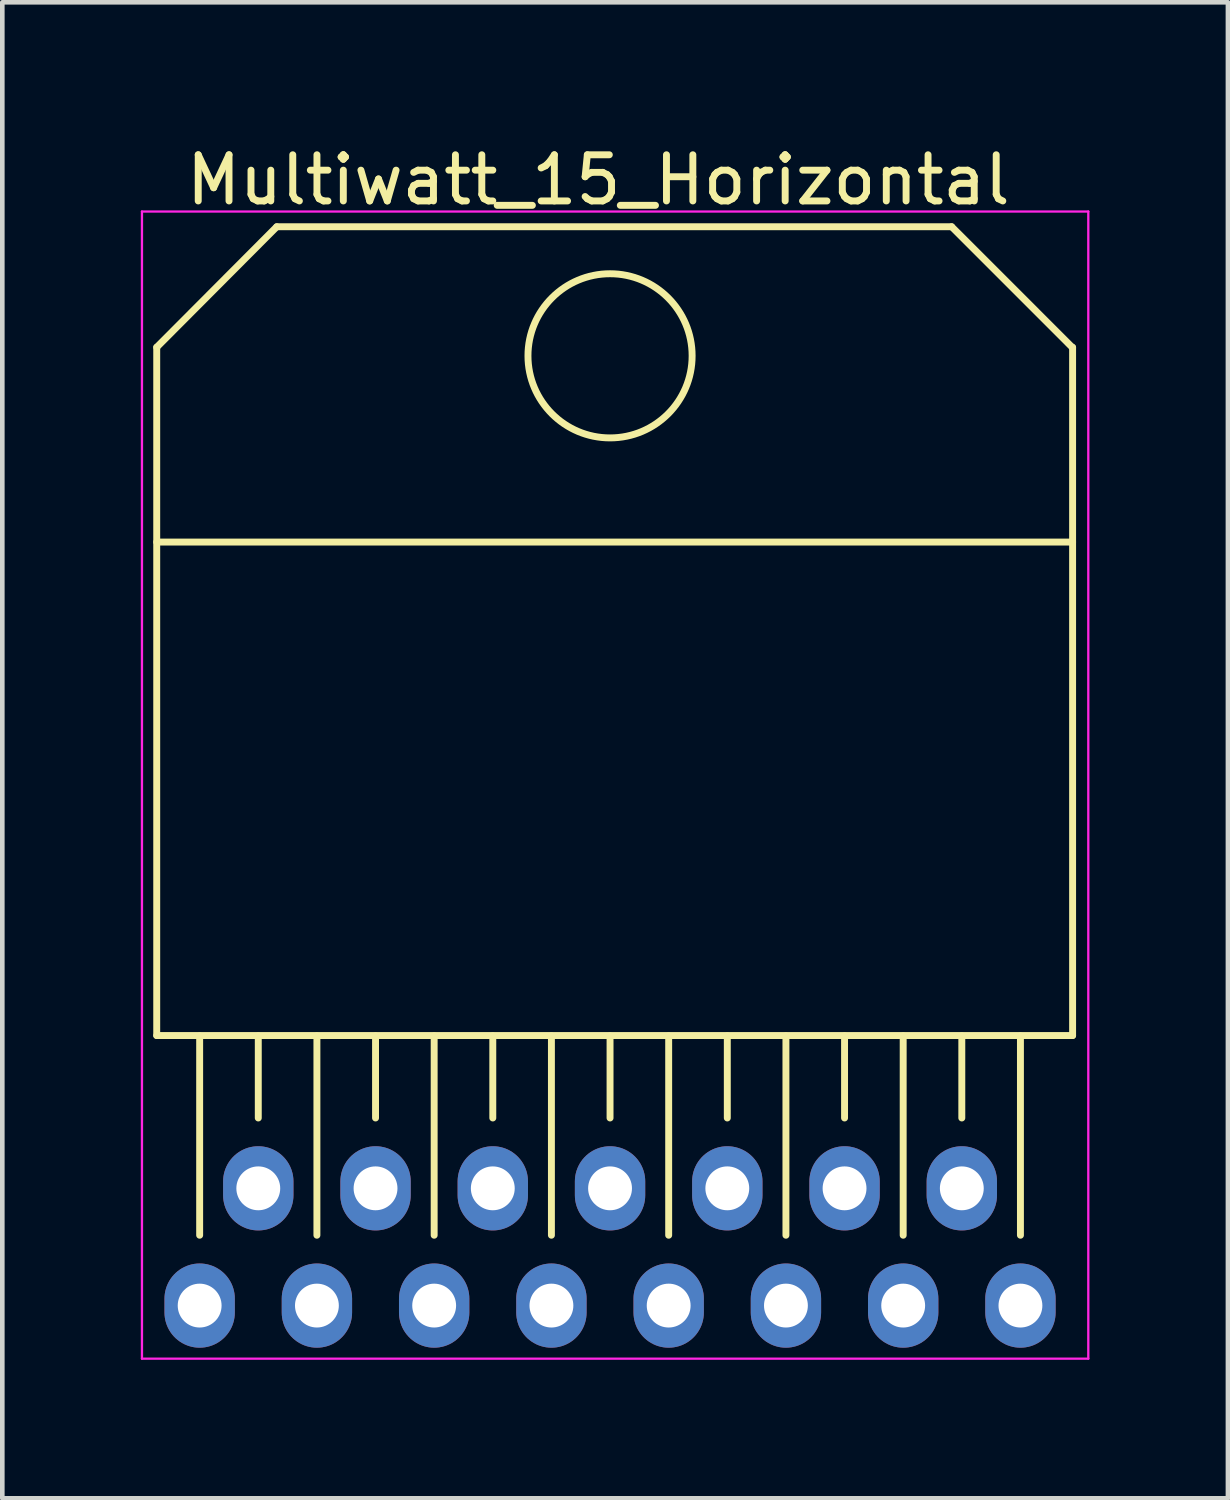
<source format=kicad_pcb>
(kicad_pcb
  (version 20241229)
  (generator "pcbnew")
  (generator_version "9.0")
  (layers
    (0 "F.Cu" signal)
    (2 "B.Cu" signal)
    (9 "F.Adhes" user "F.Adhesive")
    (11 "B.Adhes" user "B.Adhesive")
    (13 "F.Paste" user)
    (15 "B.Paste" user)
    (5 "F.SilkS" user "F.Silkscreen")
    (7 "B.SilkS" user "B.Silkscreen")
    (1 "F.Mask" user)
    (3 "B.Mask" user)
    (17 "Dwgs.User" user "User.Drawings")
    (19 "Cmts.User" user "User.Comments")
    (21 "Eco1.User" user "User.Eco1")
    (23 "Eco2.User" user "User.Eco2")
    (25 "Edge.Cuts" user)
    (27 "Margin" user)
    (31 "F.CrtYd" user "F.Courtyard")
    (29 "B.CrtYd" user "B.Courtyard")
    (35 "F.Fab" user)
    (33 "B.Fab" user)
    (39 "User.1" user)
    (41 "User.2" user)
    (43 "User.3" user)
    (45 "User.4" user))
  (footprint "Multiwatt_15_Horizontal"
    (layer "F.Cu")
    (at 1.275 25.232)
    (property "Reference" "Multiwatt_15_Horizontal" (at 8.636 -24.384 0) (layer "F.SilkS") (effects (font (size 1 1) (thickness 0.15))))
    (attr through_hole)
    (fp_line (start -0.93 -16.54) (end 18.91 -16.54) (stroke (width 0.15) (type solid)) (layer "F.SilkS"))
    (fp_line (start -0.93 -5.85) (end -0.93 -20.76) (stroke (width 0.15) (type solid)) (layer "F.SilkS"))
    (fp_line (start 0 -1.524) (end 0 -5.842) (stroke (width 0.15) (type solid)) (layer "F.SilkS"))
    (fp_line (start 1.27 -4.064) (end 1.27 -5.842) (stroke (width 0.15) (type solid)) (layer "F.SilkS"))
    (fp_line (start 1.67 -23.37) (end -0.93 -20.76) (stroke (width 0.15) (type solid)) (layer "F.SilkS"))
    (fp_line (start 2.54 -1.524) (end 2.54 -5.842) (stroke (width 0.15) (type solid)) (layer "F.SilkS"))
    (fp_line (start 3.81 -4.064) (end 3.81 -5.842) (stroke (width 0.15) (type solid)) (layer "F.SilkS"))
    (fp_line (start 5.08 -1.524) (end 5.08 -5.842) (stroke (width 0.15) (type solid)) (layer "F.SilkS"))
    (fp_line (start 6.35 -4.064) (end 6.35 -5.842) (stroke (width 0.15) (type solid)) (layer "F.SilkS"))
    (fp_line (start 7.62 -1.524) (end 7.62 -5.842) (stroke (width 0.15) (type solid)) (layer "F.SilkS"))
    (fp_line (start 8.89 -4.064) (end 8.89 -5.842) (stroke (width 0.15) (type solid)) (layer "F.SilkS"))
    (fp_line (start 10.16 -1.524) (end 10.16 -5.842) (stroke (width 0.15) (type solid)) (layer "F.SilkS"))
    (fp_line (start 11.43 -4.064) (end 11.43 -5.842) (stroke (width 0.15) (type solid)) (layer "F.SilkS"))
    (fp_line (start 12.7 -1.524) (end 12.7 -5.842) (stroke (width 0.15) (type solid)) (layer "F.SilkS"))
    (fp_line (start 13.97 -4.064) (end 13.97 -5.842) (stroke (width 0.15) (type solid)) (layer "F.SilkS"))
    (fp_line (start 15.24 -1.524) (end 15.24 -5.842) (stroke (width 0.15) (type solid)) (layer "F.SilkS"))
    (fp_line (start 16.29 -23.37) (end 1.67 -23.37) (stroke (width 0.15) (type solid)) (layer "F.SilkS"))
    (fp_line (start 16.51 -4.064) (end 16.51 -5.842) (stroke (width 0.15) (type solid)) (layer "F.SilkS"))
    (fp_line (start 17.78 -1.524) (end 17.78 -5.842) (stroke (width 0.15) (type solid)) (layer "F.SilkS"))
    (fp_line (start 18.91 -20.75) (end 16.29 -23.37) (stroke (width 0.15) (type solid)) (layer "F.SilkS"))
    (fp_line (start 18.91 -5.85) (end -0.93 -5.85) (stroke (width 0.15) (type solid)) (layer "F.SilkS"))
    (fp_line (start 18.91 -5.85) (end 18.91 -20.76) (stroke (width 0.15) (type solid)) (layer "F.SilkS"))
    (fp_circle (center 8.89 -20.574) (end 8.89 -22.352) (stroke (width 0.15) (type solid)) (fill no) (layer "F.SilkS"))
    (fp_line (start -1.25 -23.7) (end 19.25 -23.7) (stroke (width 0.05) (type solid)) (layer "F.CrtYd"))
    (fp_line (start -1.25 1.15) (end -1.25 -23.7) (stroke (width 0.05) (type solid)) (layer "F.CrtYd"))
    (fp_line (start -1.25 1.15) (end 19.25 1.15) (stroke (width 0.05) (type solid)) (layer "F.CrtYd"))
    (fp_line (start 19.25 1.15) (end 19.25 -23.7) (stroke (width 0.05) (type solid)) (layer "F.CrtYd"))
    (pad "1" thru_hole oval (at 0 0) (size 1.524 1.824) (drill 0.95) (layers "*.Cu" "*.Mask"))
    (pad "2" thru_hole oval (at 1.27 -2.54) (size 1.524 1.824) (drill 0.95) (layers "*.Cu" "*.Mask"))
    (pad "3" thru_hole oval (at 2.54 0) (size 1.524 1.824) (drill 0.95) (layers "*.Cu" "*.Mask"))
    (pad "4" thru_hole oval (at 3.81 -2.54) (size 1.524 1.824) (drill 0.95) (layers "*.Cu" "*.Mask"))
    (pad "5" thru_hole oval (at 5.08 0) (size 1.524 1.824) (drill 0.95) (layers "*.Cu" "*.Mask"))
    (pad "6" thru_hole oval (at 6.35 -2.54) (size 1.524 1.824) (drill 0.95) (layers "*.Cu" "*.Mask"))
    (pad "7" thru_hole oval (at 7.62 0) (size 1.524 1.824) (drill 0.95) (layers "*.Cu" "*.Mask"))
    (pad "8" thru_hole oval (at 8.89 -2.54) (size 1.524 1.824) (drill 0.95) (layers "*.Cu" "*.Mask"))
    (pad "9" thru_hole oval (at 10.16 0) (size 1.524 1.824) (drill 0.95) (layers "*.Cu" "*.Mask"))
    (pad "10" thru_hole oval (at 11.43 -2.54) (size 1.524 1.824) (drill 0.95) (layers "*.Cu" "*.Mask"))
    (pad "11" thru_hole oval (at 12.7 0) (size 1.524 1.824) (drill 0.95) (layers "*.Cu" "*.Mask"))
    (pad "12" thru_hole oval (at 13.97 -2.54) (size 1.524 1.824) (drill 0.95) (layers "*.Cu" "*.Mask"))
    (pad "13" thru_hole oval (at 15.24 0) (size 1.524 1.824) (drill 0.95) (layers "*.Cu" "*.Mask"))
    (pad "14" thru_hole oval (at 16.51 -2.54) (size 1.524 1.824) (drill 0.95) (layers "*.Cu" "*.Mask"))
    (pad "15" thru_hole oval (at 17.78 0) (size 1.524 1.824) (drill 0.95) (layers "*.Cu" "*.Mask")))
  (gr_rect
    (start -3 -3)
    (end 23.55 29.407)
    (stroke (width 0.1) (type default))
    (fill no)
    (layer "Edge.Cuts")))
</source>
